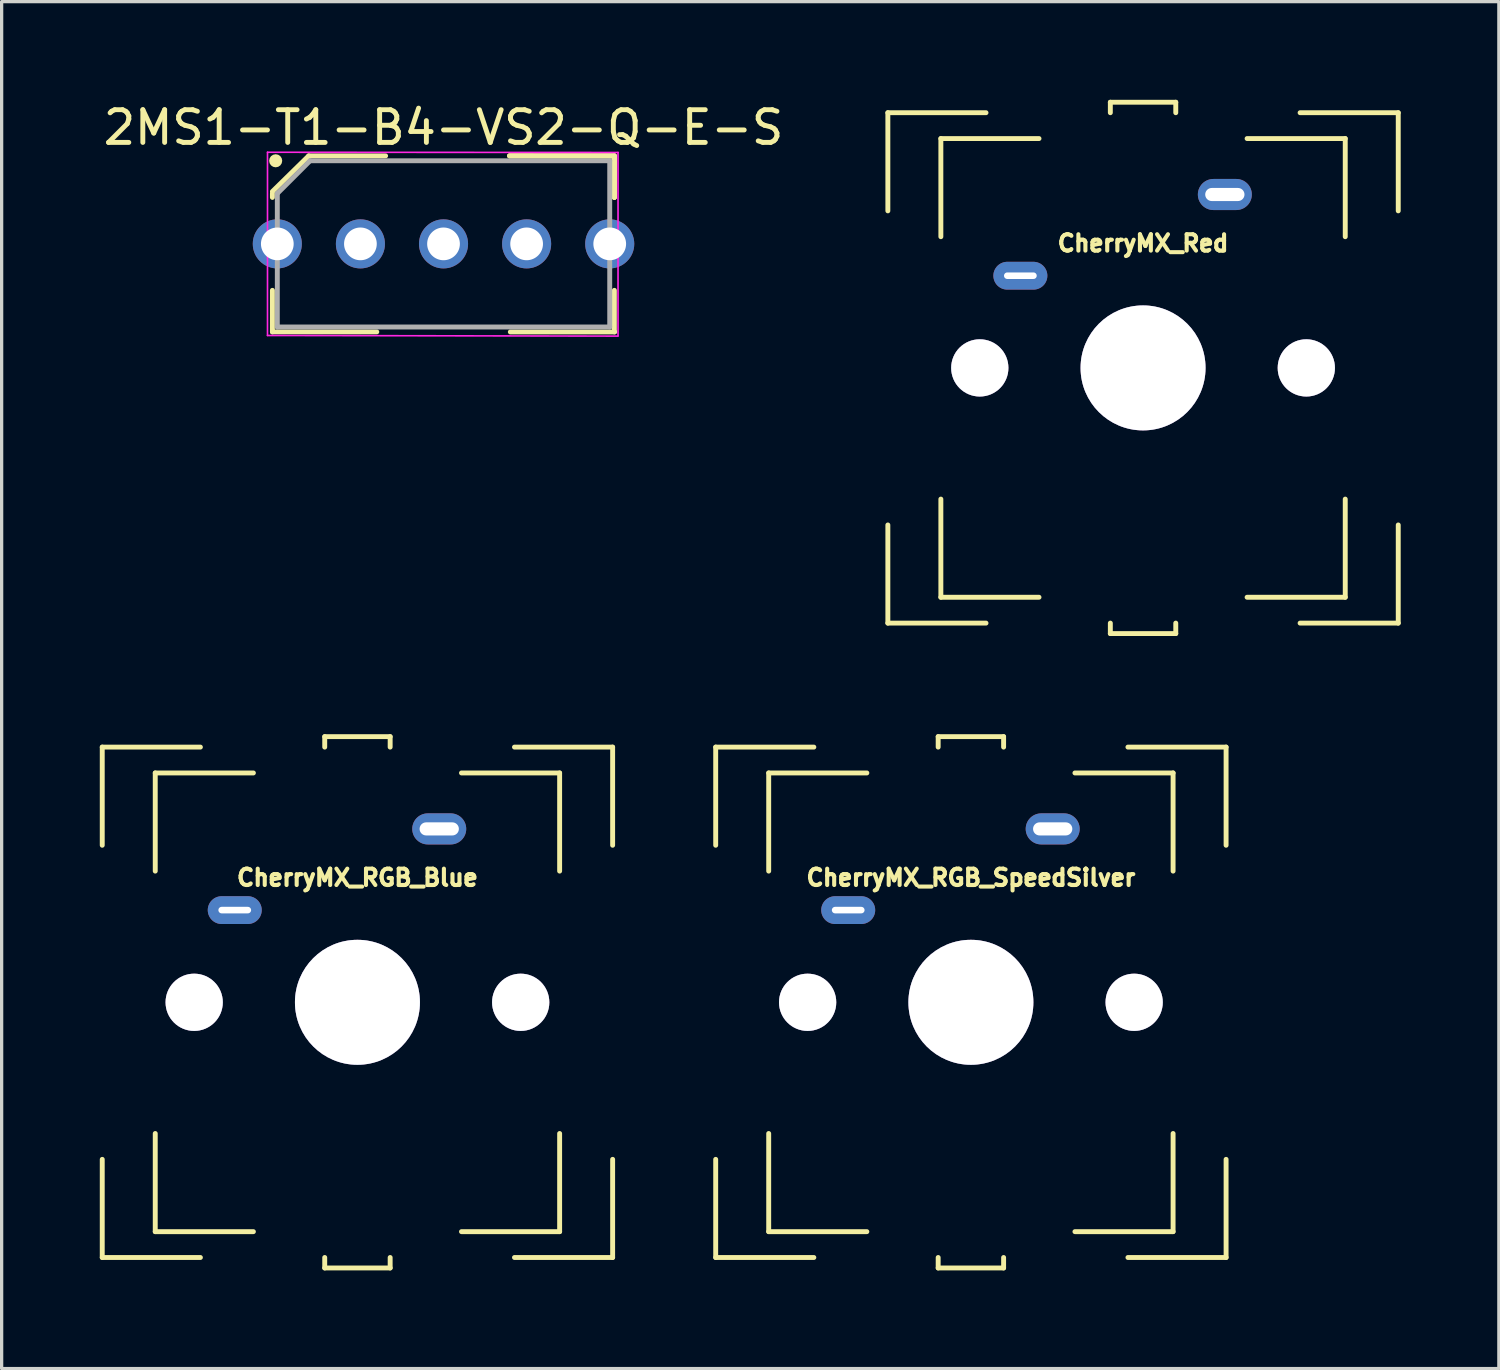
<source format=kicad_pcb>
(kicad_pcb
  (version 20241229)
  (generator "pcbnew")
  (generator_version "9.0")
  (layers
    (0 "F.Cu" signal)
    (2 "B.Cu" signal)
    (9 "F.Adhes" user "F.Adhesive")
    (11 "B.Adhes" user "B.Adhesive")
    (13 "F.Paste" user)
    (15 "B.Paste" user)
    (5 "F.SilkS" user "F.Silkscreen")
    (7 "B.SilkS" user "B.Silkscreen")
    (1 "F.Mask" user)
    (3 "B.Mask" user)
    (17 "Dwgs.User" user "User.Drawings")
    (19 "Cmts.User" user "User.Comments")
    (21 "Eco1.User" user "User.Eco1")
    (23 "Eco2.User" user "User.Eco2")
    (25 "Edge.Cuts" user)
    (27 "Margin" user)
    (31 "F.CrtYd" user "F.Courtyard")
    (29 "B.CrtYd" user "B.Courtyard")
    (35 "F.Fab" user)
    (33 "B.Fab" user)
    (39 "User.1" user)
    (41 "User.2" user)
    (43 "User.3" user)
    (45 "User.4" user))
  (footprint "CherryMX_Red"
    (layer "F.Cu")
    (at 31.887 8.195)
    (property "Reference" "CherryMX_Red" (at 0 -3.81 0) (layer "F.SilkS") (effects (font (size 0.5 0.5) (thickness 0.125))))
    (attr through_hole)
    (fp_line (start -7.8 -7.8) (end -7.8 -4.8) (stroke (width 0.15) (type solid)) (layer "F.SilkS"))
    (fp_line (start -7.8 -7.8) (end -4.8 -7.8) (stroke (width 0.15) (type solid)) (layer "F.SilkS"))
    (fp_line (start -7.8 7.8) (end -7.8 4.8) (stroke (width 0.15) (type solid)) (layer "F.SilkS"))
    (fp_line (start -7.8 7.8) (end -4.8 7.8) (stroke (width 0.15) (type solid)) (layer "F.SilkS"))
    (fp_line (start -6.18 -7.01) (end -6.18 -4.01) (stroke (width 0.15) (type solid)) (layer "F.SilkS"))
    (fp_line (start -6.18 -7.01) (end -3.18 -7.01) (stroke (width 0.15) (type solid)) (layer "F.SilkS"))
    (fp_line (start -6.18 7.01) (end -6.18 4.01) (stroke (width 0.15) (type solid)) (layer "F.SilkS"))
    (fp_line (start -6.18 7.01) (end -3.18 7.01) (stroke (width 0.15) (type solid)) (layer "F.SilkS"))
    (fp_line (start -1 -8.12) (end 1 -8.12) (stroke (width 0.15) (type solid)) (layer "F.SilkS"))
    (fp_line (start -1 -7.8) (end -1 -8.12) (stroke (width 0.15) (type solid)) (layer "F.SilkS"))
    (fp_line (start -1 8.12) (end -1 7.8) (stroke (width 0.15) (type solid)) (layer "F.SilkS"))
    (fp_line (start -1 8.12) (end 1 8.12) (stroke (width 0.15) (type solid)) (layer "F.SilkS"))
    (fp_line (start 1 -7.8) (end 1 -8.12) (stroke (width 0.15) (type solid)) (layer "F.SilkS"))
    (fp_line (start 1 8.12) (end 1 7.8) (stroke (width 0.15) (type solid)) (layer "F.SilkS"))
    (fp_line (start 6.18 -7.01) (end 3.18 -7.01) (stroke (width 0.15) (type solid)) (layer "F.SilkS"))
    (fp_line (start 6.18 -7.01) (end 6.18 -4.01) (stroke (width 0.15) (type solid)) (layer "F.SilkS"))
    (fp_line (start 6.18 7.01) (end 3.18 7.01) (stroke (width 0.15) (type solid)) (layer "F.SilkS"))
    (fp_line (start 6.18 7.01) (end 6.18 4.01) (stroke (width 0.15) (type solid)) (layer "F.SilkS"))
    (fp_line (start 7.8 -7.8) (end 4.8 -7.8) (stroke (width 0.15) (type solid)) (layer "F.SilkS"))
    (fp_line (start 7.8 -7.8) (end 7.8 -4.8) (stroke (width 0.15) (type solid)) (layer "F.SilkS"))
    (fp_line (start 7.8 7.8) (end 4.8 7.8) (stroke (width 0.15) (type solid)) (layer "F.SilkS"))
    (fp_line (start 7.8 7.8) (end 7.8 4.8) (stroke (width 0.15) (type solid)) (layer "F.SilkS"))
    (pad "" thru_hole circle (at -4.99 0) (size 1.75 1.75) (drill 1.75) (layers "*.Cu" "*.Mask"))
    (pad "" thru_hole circle (at 0 0) (size 3.82 3.82) (drill 3.82) (layers "*.Cu" "*.Mask"))
    (pad "" thru_hole circle (at 4.99 0) (size 1.75 1.75) (drill 1.75) (layers "*.Cu" "*.Mask"))
    (pad "1" thru_hole oval (at -3.75 -2.818) (size 1.65 0.85) (drill oval 1 0.2) (layers "*.Cu" "*.Mask"))
    (pad "2" thru_hole oval (at 2.5 -5.3) (size 1.65 0.95) (drill oval 1.2 0.4) (layers "*.Cu" "*.Mask")))
  (footprint "CherryMX_RGB_SpeedSilver"
    (layer "F.Cu")
    (at 26.625 27.585)
    (property "Reference" "CherryMX_RGB_SpeedSilver" (at 0 -3.81 0) (layer "F.SilkS") (effects (font (size 0.5 0.5) (thickness 0.125))))
    (attr through_hole)
    (fp_line (start -7.8 -7.8) (end -7.8 -4.8) (stroke (width 0.15) (type solid)) (layer "F.SilkS"))
    (fp_line (start -7.8 -7.8) (end -4.8 -7.8) (stroke (width 0.15) (type solid)) (layer "F.SilkS"))
    (fp_line (start -7.8 7.8) (end -7.8 4.8) (stroke (width 0.15) (type solid)) (layer "F.SilkS"))
    (fp_line (start -7.8 7.8) (end -4.8 7.8) (stroke (width 0.15) (type solid)) (layer "F.SilkS"))
    (fp_line (start -6.18 -7.01) (end -6.18 -4.01) (stroke (width 0.15) (type solid)) (layer "F.SilkS"))
    (fp_line (start -6.18 -7.01) (end -3.18 -7.01) (stroke (width 0.15) (type solid)) (layer "F.SilkS"))
    (fp_line (start -6.18 7.01) (end -6.18 4.01) (stroke (width 0.15) (type solid)) (layer "F.SilkS"))
    (fp_line (start -6.18 7.01) (end -3.18 7.01) (stroke (width 0.15) (type solid)) (layer "F.SilkS"))
    (fp_line (start -1 -8.12) (end 1 -8.12) (stroke (width 0.15) (type solid)) (layer "F.SilkS"))
    (fp_line (start -1 -7.8) (end -1 -8.12) (stroke (width 0.15) (type solid)) (layer "F.SilkS"))
    (fp_line (start -1 8.12) (end -1 7.8) (stroke (width 0.15) (type solid)) (layer "F.SilkS"))
    (fp_line (start -1 8.12) (end 1 8.12) (stroke (width 0.15) (type solid)) (layer "F.SilkS"))
    (fp_line (start 1 -7.8) (end 1 -8.12) (stroke (width 0.15) (type solid)) (layer "F.SilkS"))
    (fp_line (start 1 8.12) (end 1 7.8) (stroke (width 0.15) (type solid)) (layer "F.SilkS"))
    (fp_line (start 6.18 -7.01) (end 3.18 -7.01) (stroke (width 0.15) (type solid)) (layer "F.SilkS"))
    (fp_line (start 6.18 -7.01) (end 6.18 -4.01) (stroke (width 0.15) (type solid)) (layer "F.SilkS"))
    (fp_line (start 6.18 7.01) (end 3.18 7.01) (stroke (width 0.15) (type solid)) (layer "F.SilkS"))
    (fp_line (start 6.18 7.01) (end 6.18 4.01) (stroke (width 0.15) (type solid)) (layer "F.SilkS"))
    (fp_line (start 7.8 -7.8) (end 4.8 -7.8) (stroke (width 0.15) (type solid)) (layer "F.SilkS"))
    (fp_line (start 7.8 -7.8) (end 7.8 -4.8) (stroke (width 0.15) (type solid)) (layer "F.SilkS"))
    (fp_line (start 7.8 7.8) (end 4.8 7.8) (stroke (width 0.15) (type solid)) (layer "F.SilkS"))
    (fp_line (start 7.8 7.8) (end 7.8 4.8) (stroke (width 0.15) (type solid)) (layer "F.SilkS"))
    (pad "" thru_hole circle (at -4.99 0) (size 1.75 1.75) (drill 1.75) (layers "*.Cu" "*.Mask"))
    (pad "" thru_hole circle (at 0 0) (size 3.82 3.82) (drill 3.82) (layers "*.Cu" "*.Mask"))
    (pad "" thru_hole circle (at 4.99 0) (size 1.75 1.75) (drill 1.75) (layers "*.Cu" "*.Mask"))
    (pad "1" thru_hole oval (at -3.75 -2.818) (size 1.65 0.85) (drill oval 1 0.2) (layers "*.Cu" "*.Mask"))
    (pad "2" thru_hole oval (at 2.5 -5.3) (size 1.65 0.95) (drill oval 1.2 0.4) (layers "*.Cu" "*.Mask")))
  (footprint "2MS1-T1-B4-VS2-Q-E-S"
    (layer "F.Cu")
    (at 10.506 4.404)
    (property "Reference" "2MS1-T1-B4-VS2-Q-E-S" (at 0 -3.556 0) (layer "F.SilkS") (effects (font (size 1 1) (thickness 0.15))))
    (attr through_hole)
    (fp_line (start -5.23 -1.54) (end -5.23 -1.42) (stroke (width 0.15) (type solid)) (layer "F.SilkS"))
    (fp_line (start -5.23 2.69) (end -5.23 1.42) (stroke (width 0.15) (type solid)) (layer "F.SilkS"))
    (fp_line (start -4.12 -2.69) (end -5.23 -1.6) (stroke (width 0.15) (type solid)) (layer "F.SilkS"))
    (fp_line (start -2.04 2.69) (end -5.23 2.69) (stroke (width 0.15) (type solid)) (layer "F.SilkS"))
    (fp_line (start -1.77 -2.69) (end -4.12 -2.69) (stroke (width 0.15) (type solid)) (layer "F.SilkS"))
    (fp_line (start 2.019 -2.69) (end 5.209 -2.69) (stroke (width 0.15) (type solid)) (layer "F.SilkS"))
    (fp_line (start 2.019 -2.69) (end 5.209 -2.69) (stroke (width 0.15) (type solid)) (layer "F.SilkS"))
    (fp_line (start 2.019 -2.69) (end 5.209 -2.69) (stroke (width 0.15) (type solid)) (layer "F.SilkS"))
    (fp_line (start 2.042 2.692) (end 5.232 2.692) (stroke (width 0.15) (type solid)) (layer "F.SilkS"))
    (fp_line (start 5.222 -2.69) (end 5.222 -1.42) (stroke (width 0.15) (type solid)) (layer "F.SilkS"))
    (fp_line (start 5.222 -2.69) (end 5.222 -1.42) (stroke (width 0.15) (type solid)) (layer "F.SilkS"))
    (fp_line (start 5.222 -2.69) (end 5.222 -1.42) (stroke (width 0.15) (type solid)) (layer "F.SilkS"))
    (fp_line (start 5.222 2.69) (end 5.222 1.42) (stroke (width 0.15) (type solid)) (layer "F.SilkS"))
    (fp_circle (center -5.13 -2.54) (end -5.13 -2.44) (stroke (width 0.2) (type solid)) (fill no) (layer "F.SilkS"))
    (fp_line (start -5.38 -2.8) (end 5.334 -2.794) (stroke (width 0.05) (type solid)) (layer "F.CrtYd"))
    (fp_line (start -5.38 2.8) (end -5.38 -2.8) (stroke (width 0.05) (type solid)) (layer "F.CrtYd"))
    (fp_line (start 5.334 -2.794) (end 5.334 2.806) (stroke (width 0.05) (type solid)) (layer "F.CrtYd"))
    (fp_line (start 5.334 2.819) (end -5.38 2.8) (stroke (width 0.05) (type solid)) (layer "F.CrtYd"))
    (fp_line (start -5.08 -1.54) (end -5.08 2.54) (stroke (width 0.15) (type solid)) (layer "F.Fab"))
    (fp_line (start -5.08 2.54) (end 5.08 2.54) (stroke (width 0.15) (type solid)) (layer "F.Fab"))
    (fp_line (start -4.08 -2.54) (end -5.08 -1.54) (stroke (width 0.15) (type solid)) (layer "F.Fab"))
    (fp_line (start 5.08 -2.54) (end -4.08 -2.54) (stroke (width 0.15) (type solid)) (layer "F.Fab"))
    (fp_line (start 5.08 2.54) (end 5.08 -2.54) (stroke (width 0.15) (type solid)) (layer "F.Fab"))
    (pad "" thru_hole circle (at -5.08 0) (size 1.5 1.5) (drill 1) (layers "*.Cu" "*.Mask"))
    (pad "" thru_hole circle (at 5.08 0) (size 1.5 1.5) (drill 1) (layers "*.Cu" "*.Mask"))
    (pad "1" thru_hole circle (at -2.54 0) (size 1.5 1.5) (drill 1) (layers "*.Cu" "*.Mask"))
    (pad "2" thru_hole circle (at 0 0) (size 1.5 1.5) (drill 1) (layers "*.Cu" "*.Mask"))
    (pad "3" thru_hole circle (at 2.54 0) (size 1.5 1.5) (drill 1) (layers "*.Cu" "*.Mask")))
  (footprint "CherryMX_RGB_Blue"
    (layer "F.Cu")
    (at 7.875 27.585)
    (property "Reference" "CherryMX_RGB_Blue" (at 0 -3.81 0) (layer "F.SilkS") (effects (font (size 0.5 0.5) (thickness 0.125))))
    (attr through_hole)
    (fp_line (start -7.8 -7.8) (end -7.8 -4.8) (stroke (width 0.15) (type solid)) (layer "F.SilkS"))
    (fp_line (start -7.8 -7.8) (end -4.8 -7.8) (stroke (width 0.15) (type solid)) (layer "F.SilkS"))
    (fp_line (start -7.8 7.8) (end -7.8 4.8) (stroke (width 0.15) (type solid)) (layer "F.SilkS"))
    (fp_line (start -7.8 7.8) (end -4.8 7.8) (stroke (width 0.15) (type solid)) (layer "F.SilkS"))
    (fp_line (start -6.18 -7.01) (end -6.18 -4.01) (stroke (width 0.15) (type solid)) (layer "F.SilkS"))
    (fp_line (start -6.18 -7.01) (end -3.18 -7.01) (stroke (width 0.15) (type solid)) (layer "F.SilkS"))
    (fp_line (start -6.18 7.01) (end -6.18 4.01) (stroke (width 0.15) (type solid)) (layer "F.SilkS"))
    (fp_line (start -6.18 7.01) (end -3.18 7.01) (stroke (width 0.15) (type solid)) (layer "F.SilkS"))
    (fp_line (start -1 -8.12) (end 1 -8.12) (stroke (width 0.15) (type solid)) (layer "F.SilkS"))
    (fp_line (start -1 -7.8) (end -1 -8.12) (stroke (width 0.15) (type solid)) (layer "F.SilkS"))
    (fp_line (start -1 8.12) (end -1 7.8) (stroke (width 0.15) (type solid)) (layer "F.SilkS"))
    (fp_line (start -1 8.12) (end 1 8.12) (stroke (width 0.15) (type solid)) (layer "F.SilkS"))
    (fp_line (start 1 -7.8) (end 1 -8.12) (stroke (width 0.15) (type solid)) (layer "F.SilkS"))
    (fp_line (start 1 8.12) (end 1 7.8) (stroke (width 0.15) (type solid)) (layer "F.SilkS"))
    (fp_line (start 6.18 -7.01) (end 3.18 -7.01) (stroke (width 0.15) (type solid)) (layer "F.SilkS"))
    (fp_line (start 6.18 -7.01) (end 6.18 -4.01) (stroke (width 0.15) (type solid)) (layer "F.SilkS"))
    (fp_line (start 6.18 7.01) (end 3.18 7.01) (stroke (width 0.15) (type solid)) (layer "F.SilkS"))
    (fp_line (start 6.18 7.01) (end 6.18 4.01) (stroke (width 0.15) (type solid)) (layer "F.SilkS"))
    (fp_line (start 7.8 -7.8) (end 4.8 -7.8) (stroke (width 0.15) (type solid)) (layer "F.SilkS"))
    (fp_line (start 7.8 -7.8) (end 7.8 -4.8) (stroke (width 0.15) (type solid)) (layer "F.SilkS"))
    (fp_line (start 7.8 7.8) (end 4.8 7.8) (stroke (width 0.15) (type solid)) (layer "F.SilkS"))
    (fp_line (start 7.8 7.8) (end 7.8 4.8) (stroke (width 0.15) (type solid)) (layer "F.SilkS"))
    (pad "" thru_hole circle (at -4.99 0) (size 1.75 1.75) (drill 1.75) (layers "*.Cu" "*.Mask"))
    (pad "" thru_hole circle (at 0 0) (size 3.82 3.82) (drill 3.82) (layers "*.Cu" "*.Mask"))
    (pad "" thru_hole circle (at 4.99 0) (size 1.75 1.75) (drill 1.75) (layers "*.Cu" "*.Mask"))
    (pad "1" thru_hole oval (at -3.75 -2.818) (size 1.65 0.85) (drill oval 1 0.2) (layers "*.Cu" "*.Mask"))
    (pad "2" thru_hole oval (at 2.5 -5.3) (size 1.65 0.95) (drill oval 1.2 0.4) (layers "*.Cu" "*.Mask")))
  (gr_rect
    (start -3 -3)
    (end 42.762 38.78)
    (stroke (width 0.1) (type default))
    (fill no)
    (layer "Edge.Cuts")))
</source>
